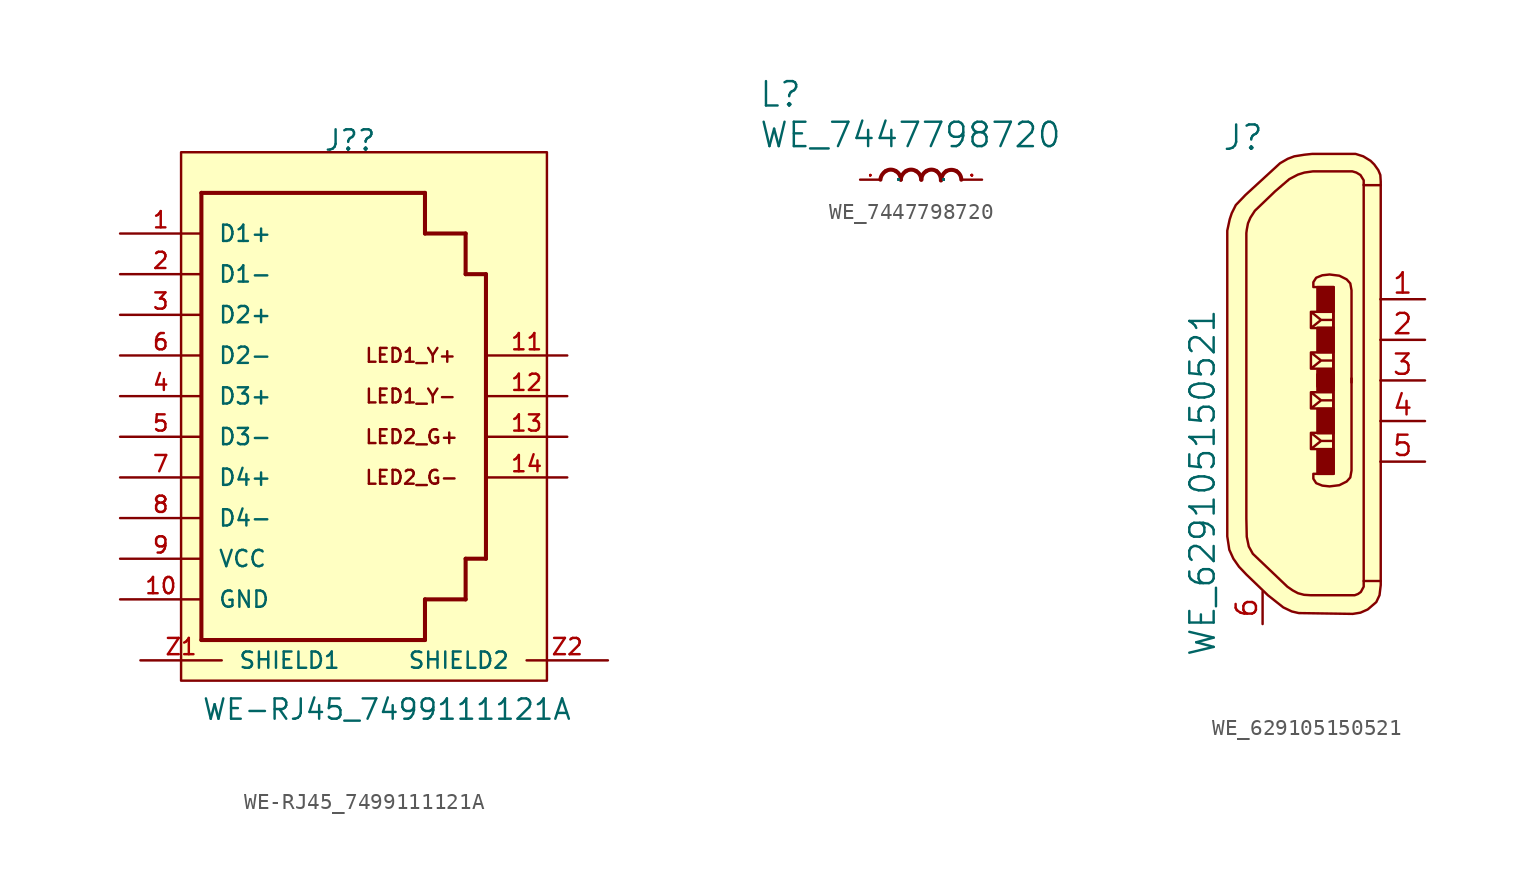
<source format=kicad_sym>
(kicad_symbol_lib
  (version 20211014)
  (generator kicad_symbol_editor)
  (symbol "WE-RJ45_7499111121A"
    (pin_names
      (offset 1.016))
    (property "Reference" "J?"
      (at 0 17.78 0)
      (effects (font (size 1.27 1.27)) (justify left bottom)))
    (property "Value" "WE-RJ45_7499111121A"
      (at -7.62 -17.78 0)
      (effects (font (size 1.27 1.27)) (justify left bottom)))
    (symbol "WE-RJ45_7499111121A_0_0"
      (polyline (pts (xy -7.62 -12.7) (xy -7.62 15.24)) (stroke (width 0.254) (type default) (color 0 0 0 0)) (fill (type none)))
      (polyline (pts (xy -7.62 15.24) (xy 6.35 15.24)) (stroke (width 0.254) (type default) (color 0 0 0 0)) (fill (type none)))
      (polyline (pts (xy 6.35 -12.7) (xy -7.62 -12.7)) (stroke (width 0.254) (type default) (color 0 0 0 0)) (fill (type none)))
      (polyline (pts (xy 6.35 -12.7) (xy 6.35 -10.16)) (stroke (width 0.254) (type default) (color 0 0 0 0)) (fill (type none)))
      (polyline (pts (xy 6.35 -10.16) (xy 8.89 -10.16)) (stroke (width 0.254) (type default) (color 0 0 0 0)) (fill (type none)))
      (polyline (pts (xy 6.35 12.7) (xy 8.89 12.7)) (stroke (width 0.254) (type default) (color 0 0 0 0)) (fill (type none)))
      (polyline (pts (xy 6.35 15.24) (xy 6.35 12.7)) (stroke (width 0.254) (type default) (color 0 0 0 0)) (fill (type none)))
      (polyline (pts (xy 8.89 -10.16) (xy 8.89 -7.62)) (stroke (width 0.254) (type default) (color 0 0 0 0)) (fill (type none)))
      (polyline (pts (xy 8.89 -7.62) (xy 10.16 -7.62)) (stroke (width 0.254) (type default) (color 0 0 0 0)) (fill (type none)))
      (polyline (pts (xy 8.89 10.16) (xy 10.16 10.16)) (stroke (width 0.254) (type default) (color 0 0 0 0)) (fill (type none)))
      (polyline (pts (xy 8.89 12.7) (xy 8.89 10.16)) (stroke (width 0.254) (type default) (color 0 0 0 0)) (fill (type none)))
      (polyline (pts (xy 10.16 10.16) (xy 10.16 -7.62)) (stroke (width 0.254) (type default) (color 0 0 0 0)) (fill (type none)))
      (text "LED1_Y+" (at 2.54 5.08 0) (effects (font (size 0.864 0.864)) (justify left)))
      (text "LED1_Y-" (at 2.54 2.54 0) (effects (font (size 0.864 0.864)) (justify left)))
      (text "LED2_G+" (at 2.54 0 0) (effects (font (size 0.864 0.864)) (justify left)))
      (text "LED2_G-" (at 2.54 -2.54 0) (effects (font (size 0.864 0.864)) (justify left)))
      (pin passive line (at -12.7 12.7 0) (length 5.08) (name "D1+" (effects (font (size 1.016 1.016)))) (number "1" (effects (font (size 1.016 1.016)))))
      (pin passive line (at -12.7 -10.16 0) (length 5.08) (name "GND" (effects (font (size 1.016 1.016)))) (number "10" (effects (font (size 1.016 1.016)))))
      (pin passive line (at 15.24 5.08 180) (length 5.08) (name "~" (effects (font (size 1.016 1.016)))) (number "11" (effects (font (size 1.016 1.016)))))
      (pin passive line (at 15.24 2.54 180) (length 5.08) (name "~" (effects (font (size 1.016 1.016)))) (number "12" (effects (font (size 1.016 1.016)))))
      (pin passive line (at 15.24 0 180) (length 5.08) (name "~" (effects (font (size 1.016 1.016)))) (number "13" (effects (font (size 1.016 1.016)))))
      (pin passive line (at 15.24 -2.54 180) (length 5.08) (name "~" (effects (font (size 1.016 1.016)))) (number "14" (effects (font (size 1.016 1.016)))))
      (pin passive line (at -12.7 10.16 0) (length 5.08) (name "D1-" (effects (font (size 1.016 1.016)))) (number "2" (effects (font (size 1.016 1.016)))))
      (pin passive line (at -12.7 7.62 0) (length 5.08) (name "D2+" (effects (font (size 1.016 1.016)))) (number "3" (effects (font (size 1.016 1.016)))))
      (pin passive line (at -12.7 2.54 0) (length 5.08) (name "D3+" (effects (font (size 1.016 1.016)))) (number "4" (effects (font (size 1.016 1.016)))))
      (pin passive line (at -12.7 0 0) (length 5.08) (name "D3-" (effects (font (size 1.016 1.016)))) (number "5" (effects (font (size 1.016 1.016)))))
      (pin passive line (at -12.7 5.08 0) (length 5.08) (name "D2-" (effects (font (size 1.016 1.016)))) (number "6" (effects (font (size 1.016 1.016)))))
      (pin passive line (at -12.7 -2.54 0) (length 5.08) (name "D4+" (effects (font (size 1.016 1.016)))) (number "7" (effects (font (size 1.016 1.016)))))
      (pin passive line (at -12.7 -5.08 0) (length 5.08) (name "D4-" (effects (font (size 1.016 1.016)))) (number "8" (effects (font (size 1.016 1.016)))))
      (pin passive line (at -12.7 -7.62 0) (length 5.08) (name "VCC" (effects (font (size 1.016 1.016)))) (number "9" (effects (font (size 1.016 1.016)))))
      (pin passive line (at -11.43 -13.97 0) (length 5.08) (name "SHIELD1" (effects (font (size 1.016 1.016)))) (number "Z1" (effects (font (size 1.016 1.016)))))
      (pin passive line (at 17.78 -13.97 180) (length 5.08) (name "SHIELD2" (effects (font (size 1.016 1.016)))) (number "Z2" (effects (font (size 1.016 1.016))))))
    (symbol "WE-RJ45_7499111121A_1_1"
      (rectangle (start -8.89 17.78) (end 13.97 -15.24) (stroke (width 0) (type default) (color 0 0 0 0)) (fill (type background)))))
  (symbol "WE_7447798720"
    (pin_names
      (offset 1.016))
    (property "Reference" "L"
      (at -10.16 4.445 0)
      (effects (font (size 1.524 1.524)) (justify left bottom)))
    (property "Value" "WE_7447798720"
      (at -10.16 1.905 0)
      (effects (font (size 1.524 1.524)) (justify left bottom)))
    (symbol "WE_7447798720_0_1"
      (pin passive line (at -3.81 0 0) (length 1.27) (name "P" (effects (font (size 0.025 0.025)))) (number "1" (effects (font (size 0.025 0.025)))))
      (pin passive line (at 3.81 0 180) (length 1.27) (name "P" (effects (font (size 0.025 0.025)))) (number "2" (effects (font (size 0.025 0.025))))))
    (symbol "WE_7447798720_1_1"
      (arc (start -2.2098 0.5334) (mid -2.4364 0.3084) (end -2.54 0) (stroke (width 0.254) (type default) (color 0 0 0 0)) (fill (type none)))
      (arc (start -1.5748 0.5334) (mid -1.894 0.6272) (end -2.2098 0.5334) (stroke (width 0.254) (type default) (color 0 0 0 0)) (fill (type none)))
      (arc (start -1.27 0) (mid -1.3503 0.309) (end -1.5748 0.5334) (stroke (width 0.254) (type default) (color 0 0 0 0)) (fill (type none)))
      (arc (start -0.9398 0.5334) (mid -1.1664 0.3084) (end -1.27 0) (stroke (width 0.254) (type default) (color 0 0 0 0)) (fill (type none)))
      (arc (start -0.3048 0.5334) (mid -0.624 0.6272) (end -0.9398 0.5334) (stroke (width 0.254) (type default) (color 0 0 0 0)) (fill (type none)))
      (arc (start 0 0) (mid -0.0803 0.309) (end -0.3048 0.5334) (stroke (width 0.254) (type default) (color 0 0 0 0)) (fill (type none)))
      (arc (start 0.3302 0.5334) (mid 0.1036 0.3084) (end 0.0254 0) (stroke (width 0.254) (type default) (color 0 0 0 0)) (fill (type none)))
      (arc (start 0.9652 0.5334) (mid 0.646 0.6272) (end 0.3302 0.5334) (stroke (width 0.254) (type default) (color 0 0 0 0)) (fill (type none)))
      (arc (start 1.2446 -0.0508) (mid 1.1813 0.2752) (end 0.9652 0.5334) (stroke (width 0.254) (type default) (color 0 0 0 0)) (fill (type none)))
      (arc (start 1.5748 0.5334) (mid 1.357 0.3053) (end 1.27 0) (stroke (width 0.254) (type default) (color 0 0 0 0)) (fill (type none)))
      (arc (start 2.2098 0.5334) (mid 1.8942 0.6142) (end 1.5748 0.5334) (stroke (width 0.254) (type default) (color 0 0 0 0)) (fill (type none)))
      (arc (start 2.5146 0) (mid 2.4322 0.306) (end 2.2098 0.5334) (stroke (width 0.254) (type default) (color 0 0 0 0)) (fill (type none)))))
  (symbol "WE_629105150521"
    (pin_names
      (offset 1.016))
    (property "Reference" "J"
      (at -3.759 15.189 0)
      (effects (font (size 1.524 1.524))))
    (property "Value" "WE_629105150521"
      (at -6.299 -6.401 90)
      (effects (font (size 1.524 1.524))))
    (symbol "WE_629105150521_0_1"
      (polyline (pts (xy 3.785 12.243) (xy 3.785 -12.548)) (stroke (width 0) (type default) (color 0 0 0 0)) (fill (type none)))
      (polyline (pts (xy 0.483 -4.293) (xy 0.483 -3.277) (xy 1.88 -3.277) (xy 1.88 -4.293) (xy 0.483 -4.293) (xy 1.118 -3.785) (xy 0.483 -3.277) (xy 1.88 -3.277) (xy 1.88 -3.785) (xy 1.118 -3.785)) (stroke (width 0) (type default) (color 0 0 0 0)) (fill (type none)))
      (polyline (pts (xy 0.483 -1.753) (xy 0.483 -0.737) (xy 1.88 -0.737) (xy 1.88 -1.753) (xy 0.483 -1.753) (xy 1.118 -1.245) (xy 0.483 -0.737) (xy 1.88 -0.737) (xy 1.88 -1.245) (xy 1.118 -1.245)) (stroke (width 0) (type default) (color 0 0 0 0)) (fill (type none)))
      (polyline (pts (xy 0.483 1.753) (xy 0.483 0.737) (xy 1.88 0.737) (xy 1.88 1.753) (xy 0.483 1.753) (xy 1.118 1.245) (xy 0.483 0.737) (xy 1.88 0.737) (xy 1.88 1.245) (xy 1.118 1.245)) (stroke (width 0) (type default) (color 0 0 0 0)) (fill (type none)))
      (polyline (pts (xy 0.483 4.293) (xy 0.483 3.277) (xy 1.88 3.277) (xy 1.88 4.293) (xy 0.483 4.293) (xy 1.118 3.785) (xy 0.483 3.277) (xy 1.88 3.277) (xy 1.88 3.785) (xy 1.118 3.785)) (stroke (width 0) (type default) (color 0 0 0 0)) (fill (type none)))
      (polyline (pts (xy 1.905 -0.025) (xy 1.905 5.842) (xy 0.635 5.842) (xy 0.635 6.147) (xy 0.813 6.426) (xy 1.194 6.579) (xy 1.651 6.629) (xy 2.261 6.553) (xy 2.718 6.325) (xy 2.946 6.071) (xy 3.023 5.639) (xy 3.023 4.801) (xy 3.023 -0.127)) (stroke (width 0) (type default) (color 0 0 0 0)) (fill (type none)))
      (polyline (pts (xy 1.905 0.025) (xy 1.905 -5.842) (xy 0.635 -5.842) (xy 0.635 -6.147) (xy 0.813 -6.426) (xy 1.194 -6.579) (xy 1.651 -6.629) (xy 2.261 -6.553) (xy 2.718 -6.325) (xy 2.946 -6.071) (xy 3.023 -5.639) (xy 3.023 -4.801) (xy 3.023 0.127)) (stroke (width 0) (type default) (color 0 0 0 0)) (fill (type none)))
      (polyline (pts (xy 4.851 -12.548) (xy 3.835 -12.548) (xy 3.785 -12.548) (xy 3.785 -12.903) (xy 3.607 -13.233) (xy 3.429 -13.36) (xy 3.226 -13.437) (xy 0.457 -13.437) (xy 0.051 -13.411) (xy -0.33 -13.31) (xy -0.66 -13.132) (xy -0.991 -12.903) (xy -3.15 -10.846) (xy -3.404 -10.389) (xy -3.531 -9.779) (xy -3.556 -8.636) (xy -3.556 9.22) (xy -3.531 9.423) (xy -3.454 9.83) (xy -3.302 10.185) (xy -3.023 10.617) (xy -1.753 11.836) (xy -0.864 12.598) (xy -0.33 12.878) (xy 0.076 13.005) (xy 0.61 13.081) (xy 3.073 13.081) (xy 3.327 13.005) (xy 3.581 12.852) (xy 3.785 12.522) (xy 3.785 12.217) (xy 4.851 12.217)) (stroke (width 0) (type default) (color 0 0 0 0)) (fill (type none)))
      (polyline (pts (xy 4.851 -11.481) (xy 4.851 -12.802) (xy 4.775 -13.437) (xy 4.572 -13.868) (xy 4.039 -14.326) (xy 3.581 -14.529) (xy 3.099 -14.605) (xy -0.279 -14.554) (xy -0.711 -14.453) (xy -1.245 -14.199) (xy -2.21 -13.437) (xy -3.556 -12.141) (xy -4.013 -11.659) (xy -4.369 -11.151) (xy -4.623 -10.592) (xy -4.75 -9.754) (xy -4.75 9.373) (xy -4.597 10.084) (xy -4.47 10.465) (xy -4.216 10.973) (xy -3.607 11.608) (xy -1.448 13.589) (xy -0.965 13.868) (xy -0.559 14.021) (xy 0.076 14.122) (xy 0.559 14.173) (xy 3.277 14.173) (xy 3.759 14.021) (xy 4.216 13.741) (xy 4.445 13.513) (xy 4.699 13.157) (xy 4.826 12.852) (xy 4.851 12.446) (xy 4.851 -11.506)) (stroke (width 0) (type default) (color 0 0 0 0)) (fill (type background)))
      (rectangle (start 0.889 -4.318) (end 1.905 -5.842) (stroke (width 0) (type default) (color 0 0 0 0)) (fill (type outline)))
      (rectangle (start 0.889 -3.302) (end 1.905 -1.778) (stroke (width 0) (type default) (color 0 0 0 0)) (fill (type outline)))
      (rectangle (start 0.889 -0.635) (end 1.905 0.381) (stroke (width 0) (type default) (color 0 0 0 0)) (fill (type outline)))
      (rectangle (start 0.889 0.635) (end 1.905 -0.381) (stroke (width 0) (type default) (color 0 0 0 0)) (fill (type outline)))
      (rectangle (start 0.889 3.302) (end 1.905 1.778) (stroke (width 0) (type default) (color 0 0 0 0)) (fill (type outline)))
      (rectangle (start 0.889 4.318) (end 1.905 5.842) (stroke (width 0) (type default) (color 0 0 0 0)) (fill (type outline))))
    (symbol "WE_629105150521_1_1"
      (pin passive line (at 7.62 5.08 180) (length 2.794) (name "~" (effects (font (size 1.27 1.27)))) (number "1" (effects (font (size 1.27 1.27)))))
      (pin passive line (at 7.62 2.54 180) (length 2.794) (name "~" (effects (font (size 1.27 1.27)))) (number "2" (effects (font (size 1.27 1.27)))))
      (pin passive line (at 7.62 0 180) (length 2.794) (name "~" (effects (font (size 1.27 1.27)))) (number "3" (effects (font (size 1.27 1.27)))))
      (pin passive line (at 7.62 -2.54 180) (length 2.794) (name "~" (effects (font (size 1.27 1.27)))) (number "4" (effects (font (size 1.27 1.27)))))
      (pin passive line (at 7.62 -5.08 180) (length 2.794) (name "~" (effects (font (size 1.27 1.27)))) (number "5" (effects (font (size 1.27 1.27)))))
      (pin passive line (at -2.54 -15.24 90) (length 2.032) (name "~" (effects (font (size 1.27 1.27)))) (number "6" (effects (font (size 1.27 1.27))))))))
</source>
